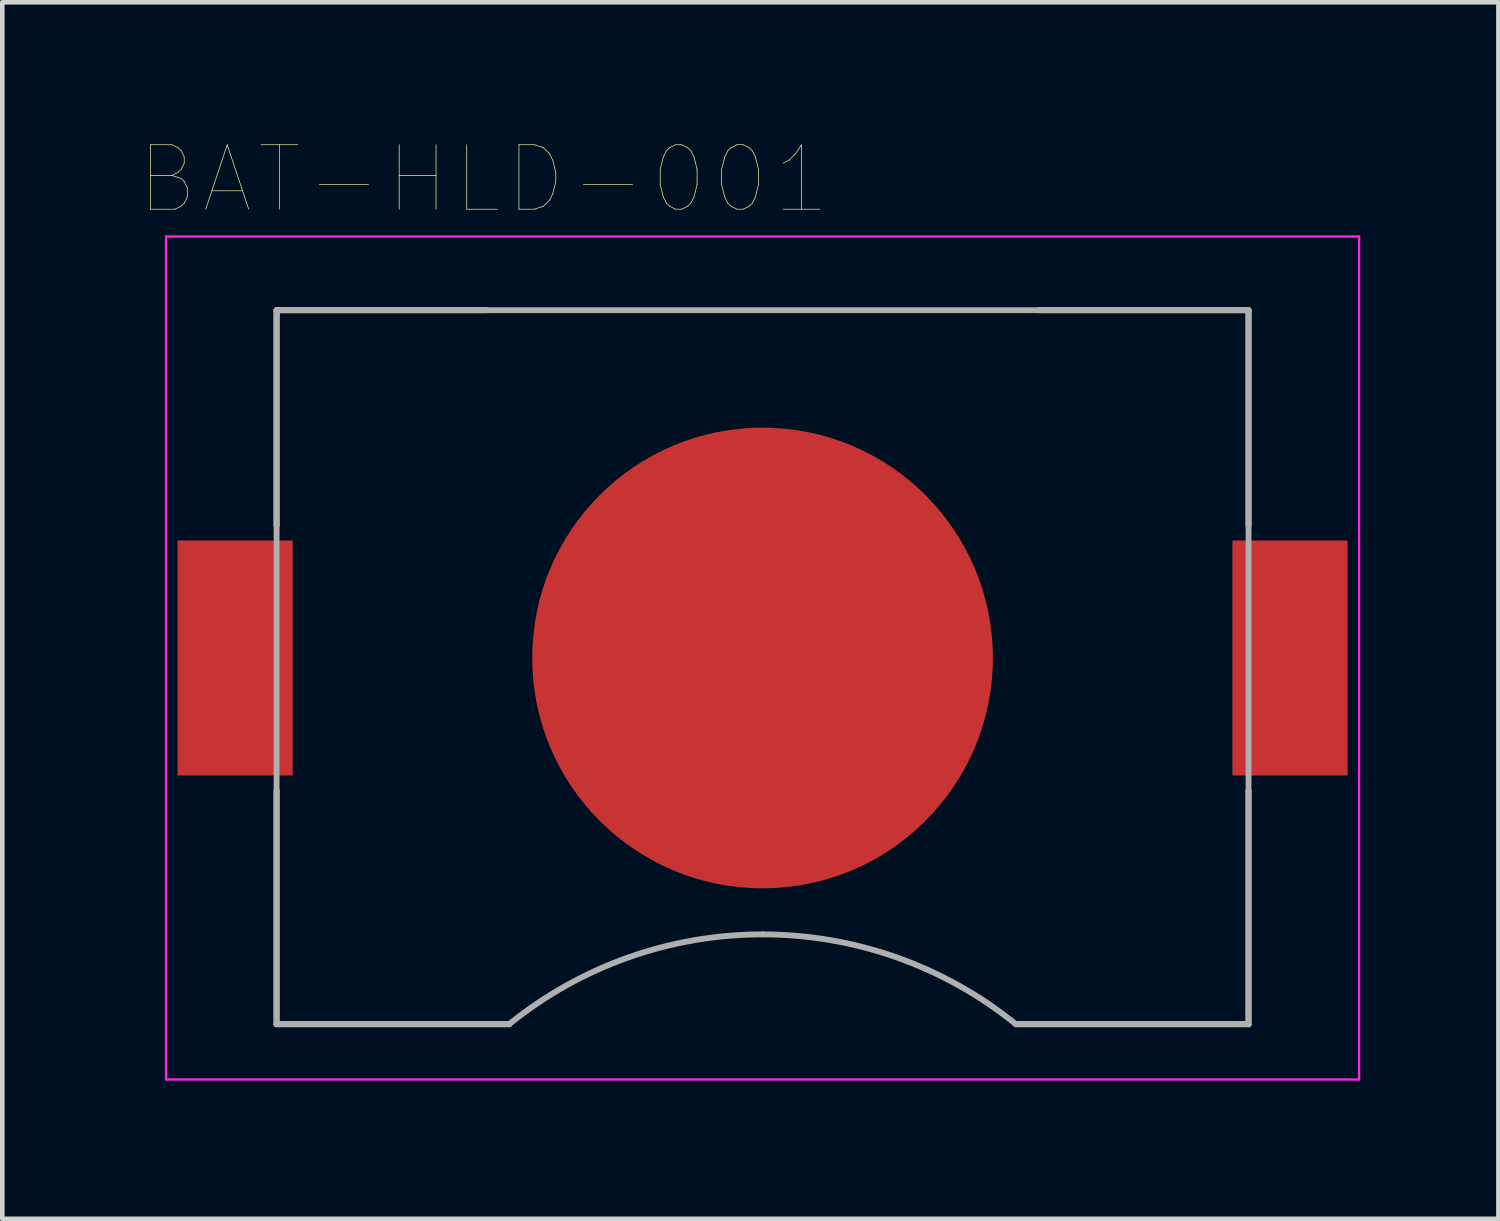
<source format=kicad_pcb>
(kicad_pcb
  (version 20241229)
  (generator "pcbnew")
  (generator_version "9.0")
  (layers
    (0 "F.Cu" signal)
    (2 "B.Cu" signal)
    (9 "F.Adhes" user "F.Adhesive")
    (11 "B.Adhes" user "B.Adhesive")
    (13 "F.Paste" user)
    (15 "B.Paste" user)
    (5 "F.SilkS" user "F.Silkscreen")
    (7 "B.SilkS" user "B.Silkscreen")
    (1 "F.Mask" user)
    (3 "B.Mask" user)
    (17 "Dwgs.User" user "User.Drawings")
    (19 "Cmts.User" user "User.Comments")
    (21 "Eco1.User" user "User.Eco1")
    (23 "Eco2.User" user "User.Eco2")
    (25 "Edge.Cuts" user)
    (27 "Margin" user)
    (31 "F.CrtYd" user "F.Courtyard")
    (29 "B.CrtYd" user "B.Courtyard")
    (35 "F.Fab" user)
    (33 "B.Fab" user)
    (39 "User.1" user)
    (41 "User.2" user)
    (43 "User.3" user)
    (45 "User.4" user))
  (footprint "BAT-HLD-001"
    (layer "F.Cu")
    (at 13.504 11.234)
    (property "Reference" "BAT-HLD-001" (at -6.055 -10.389 0) (layer "F.SilkS") (effects (font (size 1.4 1.4) (thickness 0.015))))
    (attr smd)
    (fp_line (start -10.55 -7.55) (end -6 -7.55) (stroke (width 0.127) (type solid)) (layer "F.SilkS"))
    (fp_line (start -10.55 -2.87) (end -10.55 -7.55) (stroke (width 0.127) (type solid)) (layer "F.SilkS"))
    (fp_line (start -10.55 2.87) (end -10.55 7.95) (stroke (width 0.127) (type solid)) (layer "F.SilkS"))
    (fp_line (start -10.55 7.95) (end -5.5 7.95) (stroke (width 0.127) (type solid)) (layer "F.SilkS"))
    (fp_line (start 5.5 7.95) (end 10.55 7.95) (stroke (width 0.127) (type solid)) (layer "F.SilkS"))
    (fp_line (start 6 -7.55) (end 10.55 -7.55) (stroke (width 0.127) (type solid)) (layer "F.SilkS"))
    (fp_line (start 10.55 -7.55) (end 10.55 -2.87) (stroke (width 0.127) (type solid)) (layer "F.SilkS"))
    (fp_line (start 10.55 7.95) (end 10.55 2.87) (stroke (width 0.127) (type solid)) (layer "F.SilkS"))
    (fp_line (start -12.95 -9.15) (end 12.95 -9.15) (stroke (width 0.05) (type solid)) (layer "F.CrtYd"))
    (fp_line (start -12.95 9.15) (end -12.95 -9.15) (stroke (width 0.05) (type solid)) (layer "F.CrtYd"))
    (fp_line (start 12.95 -9.15) (end 12.95 9.15) (stroke (width 0.05) (type solid)) (layer "F.CrtYd"))
    (fp_line (start 12.95 9.15) (end -12.95 9.15) (stroke (width 0.05) (type solid)) (layer "F.CrtYd"))
    (fp_line (start -10.55 -7.55) (end 10.55 -7.55) (stroke (width 0.127) (type solid)) (layer "F.Fab"))
    (fp_line (start -10.55 7.95) (end -10.55 -7.55) (stroke (width 0.127) (type solid)) (layer "F.Fab"))
    (fp_line (start -5.5 7.95) (end -10.55 7.95) (stroke (width 0.127) (type solid)) (layer "F.Fab"))
    (fp_line (start 10.55 -7.55) (end 10.55 7.95) (stroke (width 0.127) (type solid)) (layer "F.Fab"))
    (fp_line (start 10.55 7.95) (end 5.5 7.95) (stroke (width 0.127) (type solid)) (layer "F.Fab"))
    (fp_arc (start -5.5 7.95) (mid -2.917726 6.501926) (end 0 6) (stroke (width 0.127) (type solid)) (layer "F.Fab"))
    (fp_arc (start 0 6) (mid 2.917726 6.501926) (end 5.5 7.95) (stroke (width 0.127) (type solid)) (layer "F.Fab"))
    (pad "N1" smd circle (at 0 0) (size 10 10) (layers "F.Cu" "F.Mask"))
    (pad "P1" smd rect (at -11.45 0) (size 2.5 5.1) (layers "F.Cu" "F.Mask" "F.Paste"))
    (pad "P2" smd rect (at 11.45 0) (size 2.5 5.1) (layers "F.Cu" "F.Mask" "F.Paste")))
  (gr_rect
    (start -3 -3)
    (end 29.479 23.409)
    (stroke (width 0.1) (type default))
    (fill no)
    (layer "Edge.Cuts")))
</source>
